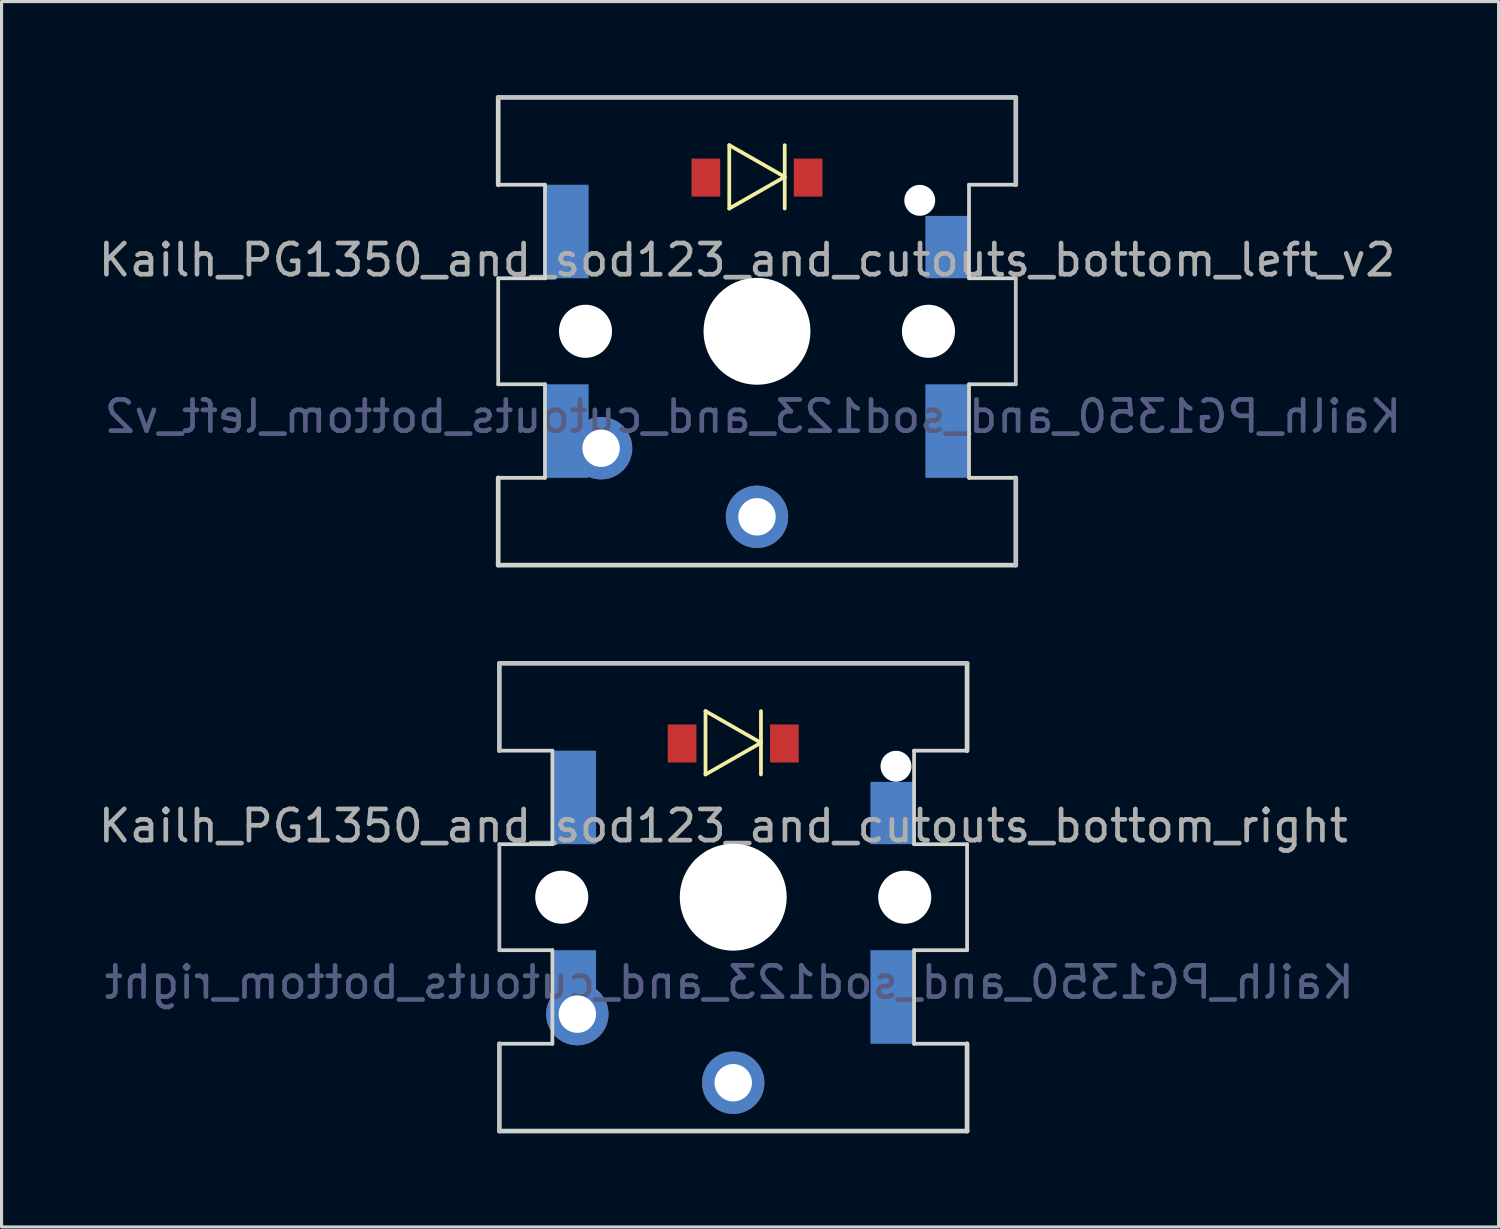
<source format=kicad_pcb>
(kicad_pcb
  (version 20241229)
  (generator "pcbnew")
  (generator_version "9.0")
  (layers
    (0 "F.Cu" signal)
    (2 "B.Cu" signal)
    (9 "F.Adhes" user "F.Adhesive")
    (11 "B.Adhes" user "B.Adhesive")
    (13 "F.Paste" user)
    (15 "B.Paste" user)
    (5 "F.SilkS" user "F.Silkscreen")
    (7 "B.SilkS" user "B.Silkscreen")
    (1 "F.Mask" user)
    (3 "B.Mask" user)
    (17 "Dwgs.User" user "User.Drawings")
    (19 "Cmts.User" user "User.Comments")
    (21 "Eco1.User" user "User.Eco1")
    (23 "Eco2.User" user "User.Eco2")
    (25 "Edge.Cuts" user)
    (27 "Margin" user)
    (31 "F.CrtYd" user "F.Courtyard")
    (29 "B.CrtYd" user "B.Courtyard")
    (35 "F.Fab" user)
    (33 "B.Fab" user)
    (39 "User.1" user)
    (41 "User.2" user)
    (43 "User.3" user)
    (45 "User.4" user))
  (footprint "Kailh_PG1350_and_sod123_and_cutouts_bottom_right"
    (layer "F.Cu")
    (at 20.466 25.725)
    (property "Reference" "Kailh_PG1350_and_sod123_and_cutouts_bottom_right" (at -0.318 -2.286 0) (layer "F.Fab") (effects (font (size 1 1) (thickness 0.15))))
    (attr smd)
    (fp_line (start -0.889 -5.969) (end -0.889 -3.937) (stroke (width 0.12) (type solid)) (layer "F.SilkS"))
    (fp_line (start -0.889 -5.969) (end 0.889 -4.953) (stroke (width 0.12) (type solid)) (layer "F.SilkS"))
    (fp_line (start 0.889 -4.953) (end -0.889 -3.937) (stroke (width 0.12) (type solid)) (layer "F.SilkS"))
    (fp_line (start 0.889 -3.937) (end 0.889 -5.969) (stroke (width 0.12) (type solid)) (layer "F.SilkS"))
    (fp_line (start -7.5 -4.7) (end -7.5 -7.5) (stroke (width 0.15) (type solid)) (layer "Dwgs.User"))
    (fp_line (start -7.5 1.7) (end -7.5 -1.7) (stroke (width 0.12) (type solid)) (layer "Dwgs.User"))
    (fp_line (start -7.5 7.5) (end -7.5 4.7) (stroke (width 0.15) (type solid)) (layer "Dwgs.User"))
    (fp_line (start 7.5 -7.5) (end -7.5 -7.5) (stroke (width 0.15) (type solid)) (layer "Dwgs.User"))
    (fp_line (start -7.5 -4.7) (end -5.8 -4.7) (stroke (width 0.12) (type solid)) (layer "Edge.Cuts"))
    (fp_line (start -7.5 -1.7) (end -5.8 -1.7) (stroke (width 0.12) (type solid)) (layer "Edge.Cuts"))
    (fp_line (start -7.5 1.7) (end -5.8 1.7) (stroke (width 0.12) (type solid)) (layer "Edge.Cuts"))
    (fp_line (start -7.5 4.7) (end -5.8 4.7) (stroke (width 0.12) (type solid)) (layer "Edge.Cuts"))
    (fp_line (start -7.5 7.5) (end 7.5 7.5) (stroke (width 0.15) (type solid)) (layer "Edge.Cuts"))
    (fp_line (start -5.8 -4.7) (end -5.8 -1.7) (stroke (width 0.12) (type solid)) (layer "Edge.Cuts"))
    (fp_line (start -5.8 4.7) (end -5.8 1.7) (stroke (width 0.12) (type solid)) (layer "Edge.Cuts"))
    (fp_line (start 5.8 -4.7) (end 7.5 -4.7) (stroke (width 0.12) (type solid)) (layer "Edge.Cuts"))
    (fp_line (start 5.8 -1.7) (end 5.8 -4.7) (stroke (width 0.12) (type solid)) (layer "Edge.Cuts"))
    (fp_line (start 5.8 -1.7) (end 7.5 -1.7) (stroke (width 0.12) (type solid)) (layer "Edge.Cuts"))
    (fp_line (start 5.8 1.7) (end 7.5 1.7) (stroke (width 0.12) (type solid)) (layer "Edge.Cuts"))
    (fp_line (start 5.8 4.7) (end 5.8 1.7) (stroke (width 0.12) (type solid)) (layer "Edge.Cuts"))
    (fp_line (start 5.8 4.7) (end 7.5 4.7) (stroke (width 0.12) (type solid)) (layer "Edge.Cuts"))
    (fp_line (start 7.5 -7.5) (end 7.5 -4.7) (stroke (width 0.15) (type solid)) (layer "Edge.Cuts"))
    (fp_line (start 7.5 1.7) (end 7.5 -1.7) (stroke (width 0.12) (type solid)) (layer "Edge.Cuts"))
    (fp_line (start 7.5 7.5) (end 7.5 4.7) (stroke (width 0.15) (type solid)) (layer "Edge.Cuts"))
    (fp_text user "${REFERENCE}" (at -0.127 2.731 0) (layer "B.Fab") (effects (font (size 1 1) (thickness 0.15)) (justify mirror)))
    (pad "" np_thru_hole circle (at -5.5 0) (size 1.702 1.702) (drill 1.702) (layers "*.Cu" "*.Mask"))
    (pad "" np_thru_hole circle (at 0 0) (size 3.429 3.429) (drill 3.429) (layers "*.Cu" "*.Mask"))
    (pad "" np_thru_hole circle (at 5.22 -4.2) (size 0.991 0.991) (drill 0.991) (layers "*.Cu" "*.Mask"))
    (pad "" np_thru_hole circle (at 5.5 0) (size 1.702 1.702) (drill 1.702) (layers "*.Cu" "*.Mask"))
    (pad "1" smd rect (at -5.1 -3.2) (size 1.4 3) (layers "B.Cu" "B.Mask" "B.Paste"))
    (pad "1" smd rect (at -5.1 2.4) (size 1.4 1.4) (layers "B.Cu" "B.Mask" "B.Paste"))
    (pad "1" thru_hole circle (at -5 3.75) (size 2 2) (drill 1.2) (layers "*.Cu" "*.Mask"))
    (pad "2" thru_hole circle (at 0 5.95) (size 2 2) (drill 1.2) (layers "*.Cu" "*.Mask"))
    (pad "A" smd rect (at -1.64 -4.93) (size 0.92 1.22) (layers "F.Cu" "F.Mask" "F.Paste"))
    (pad "K" smd rect (at 1.64 -4.93) (size 0.92 1.22) (layers "F.Cu" "F.Mask" "F.Paste"))
    (pad "K" smd rect (at 5.1 -2.7) (size 1.4 2) (layers "B.Cu" "B.Mask" "B.Paste"))
    (pad "K" smd rect (at 5.1 3.2) (size 1.4 3) (layers "B.Cu" "B.Mask" "B.Paste")))
  (footprint "Kailh_PG1350_and_sod123_and_cutouts_bottom_left_v2"
    (layer "F.Cu")
    (at 21.228 7.575)
    (property "Reference" "Kailh_PG1350_and_sod123_and_cutouts_bottom_left_v2" (at -0.318 -2.286 0) (layer "F.Fab") (effects (font (size 1 1) (thickness 0.15))))
    (attr smd)
    (fp_line (start -0.889 -5.969) (end -0.889 -3.937) (stroke (width 0.12) (type solid)) (layer "F.SilkS"))
    (fp_line (start -0.889 -5.969) (end 0.889 -4.953) (stroke (width 0.12) (type solid)) (layer "F.SilkS"))
    (fp_line (start 0.889 -4.953) (end -0.889 -3.937) (stroke (width 0.12) (type solid)) (layer "F.SilkS"))
    (fp_line (start 0.889 -3.937) (end 0.889 -5.969) (stroke (width 0.12) (type solid)) (layer "F.SilkS"))
    (fp_line (start -8.3 -7.5) (end 8.3 -7.5) (stroke (width 0.15) (type solid)) (layer "Dwgs.User"))
    (fp_line (start 8.3 -7.5) (end 8.3 -4.7) (stroke (width 0.15) (type solid)) (layer "Dwgs.User"))
    (fp_line (start 8.3 1.7) (end 8.3 -1.7) (stroke (width 0.12) (type solid)) (layer "Dwgs.User"))
    (fp_line (start 8.3 7.5) (end 8.3 4.7) (stroke (width 0.15) (type solid)) (layer "Dwgs.User"))
    (fp_line (start -8.3 -4.7) (end -8.3 -7.5) (stroke (width 0.15) (type solid)) (layer "Edge.Cuts"))
    (fp_line (start -8.3 -4.7) (end -6.8 -4.7) (stroke (width 0.12) (type solid)) (layer "Edge.Cuts"))
    (fp_line (start -8.3 -1.7) (end -6.8 -1.7) (stroke (width 0.12) (type solid)) (layer "Edge.Cuts"))
    (fp_line (start -8.3 1.7) (end -8.3 -1.7) (stroke (width 0.12) (type solid)) (layer "Edge.Cuts"))
    (fp_line (start -8.3 1.7) (end -6.8 1.7) (stroke (width 0.12) (type solid)) (layer "Edge.Cuts"))
    (fp_line (start -8.3 4.7) (end -6.8 4.7) (stroke (width 0.12) (type solid)) (layer "Edge.Cuts"))
    (fp_line (start -8.3 7.5) (end -8.3 4.7) (stroke (width 0.15) (type solid)) (layer "Edge.Cuts"))
    (fp_line (start -6.8 -4.7) (end -6.8 -1.7) (stroke (width 0.12) (type solid)) (layer "Edge.Cuts"))
    (fp_line (start -6.8 4.7) (end -6.8 1.7) (stroke (width 0.12) (type solid)) (layer "Edge.Cuts"))
    (fp_line (start 6.8 -4.7) (end 8.3 -4.7) (stroke (width 0.12) (type solid)) (layer "Edge.Cuts"))
    (fp_line (start 6.8 -1.7) (end 6.8 -4.7) (stroke (width 0.12) (type solid)) (layer "Edge.Cuts"))
    (fp_line (start 6.8 -1.7) (end 8.3 -1.7) (stroke (width 0.12) (type solid)) (layer "Edge.Cuts"))
    (fp_line (start 6.8 1.7) (end 8.3 1.7) (stroke (width 0.12) (type solid)) (layer "Edge.Cuts"))
    (fp_line (start 6.8 4.7) (end 6.8 1.7) (stroke (width 0.12) (type solid)) (layer "Edge.Cuts"))
    (fp_line (start 6.8 4.7) (end 8.3 4.7) (stroke (width 0.12) (type solid)) (layer "Edge.Cuts"))
    (fp_line (start 8.3 7.5) (end -8.3 7.5) (stroke (width 0.15) (type solid)) (layer "Edge.Cuts"))
    (fp_text user "${REFERENCE}" (at -0.127 2.731 0) (layer "B.Fab") (effects (font (size 1 1) (thickness 0.15)) (justify mirror)))
    (pad "" np_thru_hole circle (at -5.5 0) (size 1.702 1.702) (drill 1.702) (layers "*.Cu" "*.Mask"))
    (pad "" np_thru_hole circle (at 0 0) (size 3.429 3.429) (drill 3.429) (layers "*.Cu" "*.Mask"))
    (pad "" np_thru_hole circle (at 5.22 -4.2) (size 0.991 0.991) (drill 0.991) (layers "*.Cu" "*.Mask"))
    (pad "" np_thru_hole circle (at 5.5 0) (size 1.702 1.702) (drill 1.702) (layers "*.Cu" "*.Mask"))
    (pad "1" smd rect (at -6.1 -3.2) (size 1.4 3) (layers "B.Cu" "B.Mask" "B.Paste"))
    (pad "1" smd rect (at -6.1 3.2) (size 1.4 3) (layers "B.Cu" "B.Mask" "B.Paste"))
    (pad "1" thru_hole circle (at -5 3.75) (size 2 2) (drill 1.2) (layers "*.Cu" "*.Mask"))
    (pad "2" thru_hole circle (at 0 5.95) (size 2 2) (drill 1.2) (layers "*.Cu" "*.Mask"))
    (pad "A" smd rect (at -1.64 -4.93) (size 0.92 1.22) (layers "F.Cu" "F.Mask" "F.Paste"))
    (pad "K" smd rect (at 1.64 -4.93) (size 0.92 1.22) (layers "F.Cu" "F.Mask" "F.Paste"))
    (pad "K" smd rect (at 6.1 -2.7) (size 1.4 2) (layers "B.Cu" "B.Mask" "B.Paste"))
    (pad "K" smd rect (at 6.1 3.2) (size 1.4 3) (layers "B.Cu" "B.Mask" "B.Paste")))
  (gr_rect
    (start -3 -3)
    (end 45.012 36.3)
    (stroke (width 0.1) (type default))
    (fill no)
    (layer "Edge.Cuts")))
</source>
